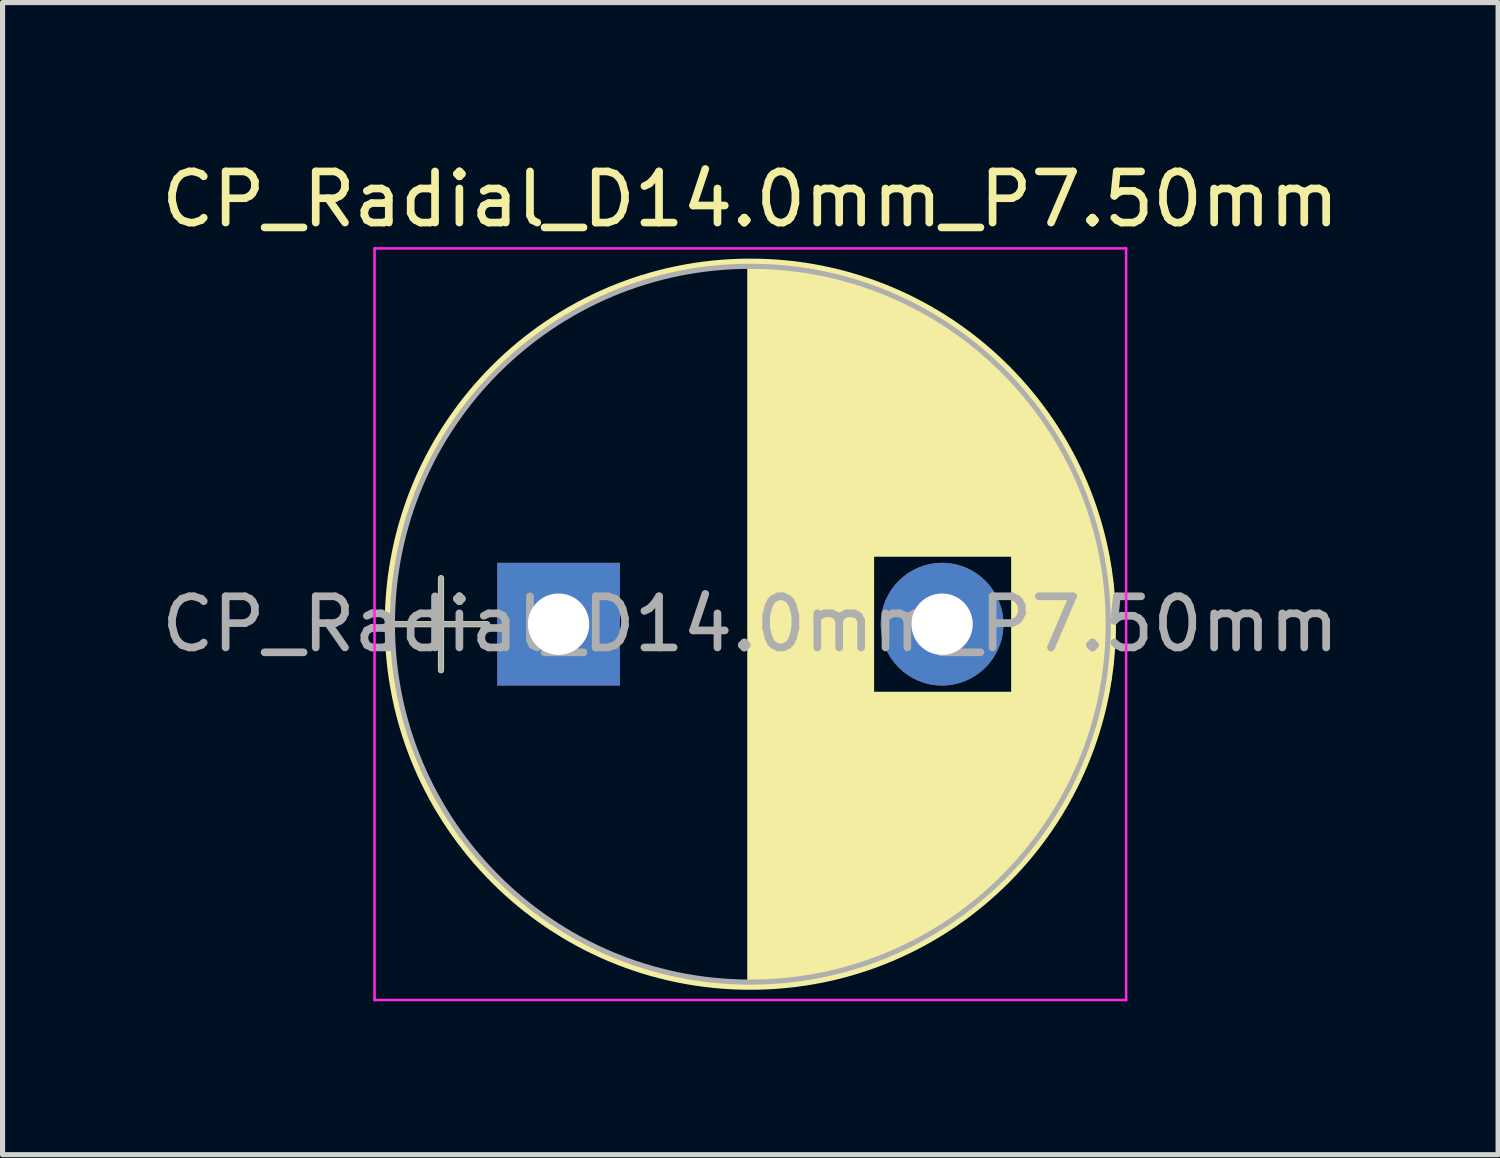
<source format=kicad_pcb>
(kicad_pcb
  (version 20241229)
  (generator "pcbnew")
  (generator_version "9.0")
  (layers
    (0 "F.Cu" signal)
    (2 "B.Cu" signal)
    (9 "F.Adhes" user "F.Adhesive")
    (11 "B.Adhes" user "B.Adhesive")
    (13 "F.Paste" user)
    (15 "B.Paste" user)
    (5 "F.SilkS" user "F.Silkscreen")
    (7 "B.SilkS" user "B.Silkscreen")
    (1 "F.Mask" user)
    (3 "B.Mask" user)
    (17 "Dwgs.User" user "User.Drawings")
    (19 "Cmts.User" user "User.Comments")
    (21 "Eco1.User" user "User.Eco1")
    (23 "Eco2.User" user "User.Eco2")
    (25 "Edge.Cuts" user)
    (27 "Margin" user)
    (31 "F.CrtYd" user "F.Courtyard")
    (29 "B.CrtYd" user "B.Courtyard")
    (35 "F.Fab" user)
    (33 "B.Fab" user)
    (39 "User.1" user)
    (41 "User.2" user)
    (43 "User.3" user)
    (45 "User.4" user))
  (footprint "CP_Radial_D14.0mm_P7.50mm"
    (layer "F.Cu")
    (at 7.875 9.158)
    (property "Reference" "CP_Radial_D14.0mm_P7.50mm" (at 3.75 -8.31 0) (layer "F.SilkS") (effects (font (size 1 1) (thickness 0.15))))
    (attr through_hole)
    (fp_line (start -3.2 0) (end -1.4 0) (stroke (width 0.12) (type solid)) (layer "F.SilkS"))
    (fp_line (start -2.3 -0.9) (end -2.3 0.9) (stroke (width 0.12) (type solid)) (layer "F.SilkS"))
    (fp_line (start 3.75 -7.05) (end 3.75 7.05) (stroke (width 0.12) (type solid)) (layer "F.SilkS"))
    (fp_line (start 3.79 -7.05) (end 3.79 7.05) (stroke (width 0.12) (type solid)) (layer "F.SilkS"))
    (fp_line (start 3.83 -7.05) (end 3.83 7.05) (stroke (width 0.12) (type solid)) (layer "F.SilkS"))
    (fp_line (start 3.87 -7.049) (end 3.87 7.049) (stroke (width 0.12) (type solid)) (layer "F.SilkS"))
    (fp_line (start 3.91 -7.049) (end 3.91 7.049) (stroke (width 0.12) (type solid)) (layer "F.SilkS"))
    (fp_line (start 3.95 -7.048) (end 3.95 7.048) (stroke (width 0.12) (type solid)) (layer "F.SilkS"))
    (fp_line (start 3.99 -7.046) (end 3.99 7.046) (stroke (width 0.12) (type solid)) (layer "F.SilkS"))
    (fp_line (start 4.03 -7.045) (end 4.03 7.045) (stroke (width 0.12) (type solid)) (layer "F.SilkS"))
    (fp_line (start 4.07 -7.043) (end 4.07 7.043) (stroke (width 0.12) (type solid)) (layer "F.SilkS"))
    (fp_line (start 4.11 -7.041) (end 4.11 7.041) (stroke (width 0.12) (type solid)) (layer "F.SilkS"))
    (fp_line (start 4.15 -7.039) (end 4.15 7.039) (stroke (width 0.12) (type solid)) (layer "F.SilkS"))
    (fp_line (start 4.19 -7.037) (end 4.19 7.037) (stroke (width 0.12) (type solid)) (layer "F.SilkS"))
    (fp_line (start 4.23 -7.034) (end 4.23 7.034) (stroke (width 0.12) (type solid)) (layer "F.SilkS"))
    (fp_line (start 4.27 -7.031) (end 4.27 7.031) (stroke (width 0.12) (type solid)) (layer "F.SilkS"))
    (fp_line (start 4.31 -7.028) (end 4.31 7.028) (stroke (width 0.12) (type solid)) (layer "F.SilkS"))
    (fp_line (start 4.35 -7.025) (end 4.35 7.025) (stroke (width 0.12) (type solid)) (layer "F.SilkS"))
    (fp_line (start 4.39 -7.022) (end 4.39 7.022) (stroke (width 0.12) (type solid)) (layer "F.SilkS"))
    (fp_line (start 4.43 -7.018) (end 4.43 7.018) (stroke (width 0.12) (type solid)) (layer "F.SilkS"))
    (fp_line (start 4.471 -7.014) (end 4.471 7.014) (stroke (width 0.12) (type solid)) (layer "F.SilkS"))
    (fp_line (start 4.511 -7.01) (end 4.511 7.01) (stroke (width 0.12) (type solid)) (layer "F.SilkS"))
    (fp_line (start 4.551 -7.005) (end 4.551 7.005) (stroke (width 0.12) (type solid)) (layer "F.SilkS"))
    (fp_line (start 4.591 -7.001) (end 4.591 7.001) (stroke (width 0.12) (type solid)) (layer "F.SilkS"))
    (fp_line (start 4.631 -6.996) (end 4.631 6.996) (stroke (width 0.12) (type solid)) (layer "F.SilkS"))
    (fp_line (start 4.671 -6.991) (end 4.671 6.991) (stroke (width 0.12) (type solid)) (layer "F.SilkS"))
    (fp_line (start 4.711 -6.985) (end 4.711 6.985) (stroke (width 0.12) (type solid)) (layer "F.SilkS"))
    (fp_line (start 4.751 -6.98) (end 4.751 6.98) (stroke (width 0.12) (type solid)) (layer "F.SilkS"))
    (fp_line (start 4.791 -6.974) (end 4.791 6.974) (stroke (width 0.12) (type solid)) (layer "F.SilkS"))
    (fp_line (start 4.831 -6.968) (end 4.831 6.968) (stroke (width 0.12) (type solid)) (layer "F.SilkS"))
    (fp_line (start 4.871 -6.961) (end 4.871 6.961) (stroke (width 0.12) (type solid)) (layer "F.SilkS"))
    (fp_line (start 4.911 -6.955) (end 4.911 6.955) (stroke (width 0.12) (type solid)) (layer "F.SilkS"))
    (fp_line (start 4.951 -6.948) (end 4.951 6.948) (stroke (width 0.12) (type solid)) (layer "F.SilkS"))
    (fp_line (start 4.991 -6.941) (end 4.991 6.941) (stroke (width 0.12) (type solid)) (layer "F.SilkS"))
    (fp_line (start 5.031 -6.934) (end 5.031 6.934) (stroke (width 0.12) (type solid)) (layer "F.SilkS"))
    (fp_line (start 5.071 -6.927) (end 5.071 6.927) (stroke (width 0.12) (type solid)) (layer "F.SilkS"))
    (fp_line (start 5.111 -6.919) (end 5.111 6.919) (stroke (width 0.12) (type solid)) (layer "F.SilkS"))
    (fp_line (start 5.151 -6.911) (end 5.151 6.911) (stroke (width 0.12) (type solid)) (layer "F.SilkS"))
    (fp_line (start 5.191 -6.903) (end 5.191 6.903) (stroke (width 0.12) (type solid)) (layer "F.SilkS"))
    (fp_line (start 5.231 -6.894) (end 5.231 6.894) (stroke (width 0.12) (type solid)) (layer "F.SilkS"))
    (fp_line (start 5.271 -6.886) (end 5.271 6.886) (stroke (width 0.12) (type solid)) (layer "F.SilkS"))
    (fp_line (start 5.311 -6.877) (end 5.311 6.877) (stroke (width 0.12) (type solid)) (layer "F.SilkS"))
    (fp_line (start 5.351 -6.868) (end 5.351 6.868) (stroke (width 0.12) (type solid)) (layer "F.SilkS"))
    (fp_line (start 5.391 -6.858) (end 5.391 6.858) (stroke (width 0.12) (type solid)) (layer "F.SilkS"))
    (fp_line (start 5.431 -6.849) (end 5.431 6.849) (stroke (width 0.12) (type solid)) (layer "F.SilkS"))
    (fp_line (start 5.471 -6.839) (end 5.471 6.839) (stroke (width 0.12) (type solid)) (layer "F.SilkS"))
    (fp_line (start 5.511 -6.829) (end 5.511 6.829) (stroke (width 0.12) (type solid)) (layer "F.SilkS"))
    (fp_line (start 5.551 -6.818) (end 5.551 6.818) (stroke (width 0.12) (type solid)) (layer "F.SilkS"))
    (fp_line (start 5.591 -6.808) (end 5.591 6.808) (stroke (width 0.12) (type solid)) (layer "F.SilkS"))
    (fp_line (start 5.631 -6.797) (end 5.631 6.797) (stroke (width 0.12) (type solid)) (layer "F.SilkS"))
    (fp_line (start 5.671 -6.786) (end 5.671 6.786) (stroke (width 0.12) (type solid)) (layer "F.SilkS"))
    (fp_line (start 5.711 -6.774) (end 5.711 6.774) (stroke (width 0.12) (type solid)) (layer "F.SilkS"))
    (fp_line (start 5.751 -6.763) (end 5.751 6.763) (stroke (width 0.12) (type solid)) (layer "F.SilkS"))
    (fp_line (start 5.791 -6.751) (end 5.791 6.751) (stroke (width 0.12) (type solid)) (layer "F.SilkS"))
    (fp_line (start 5.831 -6.739) (end 5.831 6.739) (stroke (width 0.12) (type solid)) (layer "F.SilkS"))
    (fp_line (start 5.871 -6.726) (end 5.871 6.726) (stroke (width 0.12) (type solid)) (layer "F.SilkS"))
    (fp_line (start 5.911 -6.713) (end 5.911 6.713) (stroke (width 0.12) (type solid)) (layer "F.SilkS"))
    (fp_line (start 5.951 -6.701) (end 5.951 6.701) (stroke (width 0.12) (type solid)) (layer "F.SilkS"))
    (fp_line (start 5.991 -6.687) (end 5.991 6.687) (stroke (width 0.12) (type solid)) (layer "F.SilkS"))
    (fp_line (start 6.031 -6.674) (end 6.031 6.674) (stroke (width 0.12) (type solid)) (layer "F.SilkS"))
    (fp_line (start 6.071 -6.66) (end 6.071 6.66) (stroke (width 0.12) (type solid)) (layer "F.SilkS"))
    (fp_line (start 6.111 -6.646) (end 6.111 6.646) (stroke (width 0.12) (type solid)) (layer "F.SilkS"))
    (fp_line (start 6.151 -6.632) (end 6.151 -1.38) (stroke (width 0.12) (type solid)) (layer "F.SilkS"))
    (fp_line (start 6.151 1.38) (end 6.151 6.632) (stroke (width 0.12) (type solid)) (layer "F.SilkS"))
    (fp_line (start 6.191 -6.617) (end 6.191 -1.38) (stroke (width 0.12) (type solid)) (layer "F.SilkS"))
    (fp_line (start 6.191 1.38) (end 6.191 6.617) (stroke (width 0.12) (type solid)) (layer "F.SilkS"))
    (fp_line (start 6.231 -6.603) (end 6.231 -1.38) (stroke (width 0.12) (type solid)) (layer "F.SilkS"))
    (fp_line (start 6.231 1.38) (end 6.231 6.603) (stroke (width 0.12) (type solid)) (layer "F.SilkS"))
    (fp_line (start 6.271 -6.588) (end 6.271 -1.38) (stroke (width 0.12) (type solid)) (layer "F.SilkS"))
    (fp_line (start 6.271 1.38) (end 6.271 6.588) (stroke (width 0.12) (type solid)) (layer "F.SilkS"))
    (fp_line (start 6.311 -6.572) (end 6.311 -1.38) (stroke (width 0.12) (type solid)) (layer "F.SilkS"))
    (fp_line (start 6.311 1.38) (end 6.311 6.572) (stroke (width 0.12) (type solid)) (layer "F.SilkS"))
    (fp_line (start 6.351 -6.557) (end 6.351 -1.38) (stroke (width 0.12) (type solid)) (layer "F.SilkS"))
    (fp_line (start 6.351 1.38) (end 6.351 6.557) (stroke (width 0.12) (type solid)) (layer "F.SilkS"))
    (fp_line (start 6.391 -6.541) (end 6.391 -1.38) (stroke (width 0.12) (type solid)) (layer "F.SilkS"))
    (fp_line (start 6.391 1.38) (end 6.391 6.541) (stroke (width 0.12) (type solid)) (layer "F.SilkS"))
    (fp_line (start 6.431 -6.524) (end 6.431 -1.38) (stroke (width 0.12) (type solid)) (layer "F.SilkS"))
    (fp_line (start 6.431 1.38) (end 6.431 6.524) (stroke (width 0.12) (type solid)) (layer "F.SilkS"))
    (fp_line (start 6.471 -6.508) (end 6.471 -1.38) (stroke (width 0.12) (type solid)) (layer "F.SilkS"))
    (fp_line (start 6.471 1.38) (end 6.471 6.508) (stroke (width 0.12) (type solid)) (layer "F.SilkS"))
    (fp_line (start 6.511 -6.491) (end 6.511 -1.38) (stroke (width 0.12) (type solid)) (layer "F.SilkS"))
    (fp_line (start 6.511 1.38) (end 6.511 6.491) (stroke (width 0.12) (type solid)) (layer "F.SilkS"))
    (fp_line (start 6.551 -6.474) (end 6.551 -1.38) (stroke (width 0.12) (type solid)) (layer "F.SilkS"))
    (fp_line (start 6.551 1.38) (end 6.551 6.474) (stroke (width 0.12) (type solid)) (layer "F.SilkS"))
    (fp_line (start 6.591 -6.457) (end 6.591 -1.38) (stroke (width 0.12) (type solid)) (layer "F.SilkS"))
    (fp_line (start 6.591 1.38) (end 6.591 6.457) (stroke (width 0.12) (type solid)) (layer "F.SilkS"))
    (fp_line (start 6.631 -6.439) (end 6.631 -1.38) (stroke (width 0.12) (type solid)) (layer "F.SilkS"))
    (fp_line (start 6.631 1.38) (end 6.631 6.439) (stroke (width 0.12) (type solid)) (layer "F.SilkS"))
    (fp_line (start 6.671 -6.421) (end 6.671 -1.38) (stroke (width 0.12) (type solid)) (layer "F.SilkS"))
    (fp_line (start 6.671 1.38) (end 6.671 6.421) (stroke (width 0.12) (type solid)) (layer "F.SilkS"))
    (fp_line (start 6.711 -6.403) (end 6.711 -1.38) (stroke (width 0.12) (type solid)) (layer "F.SilkS"))
    (fp_line (start 6.711 1.38) (end 6.711 6.403) (stroke (width 0.12) (type solid)) (layer "F.SilkS"))
    (fp_line (start 6.751 -6.385) (end 6.751 -1.38) (stroke (width 0.12) (type solid)) (layer "F.SilkS"))
    (fp_line (start 6.751 1.38) (end 6.751 6.385) (stroke (width 0.12) (type solid)) (layer "F.SilkS"))
    (fp_line (start 6.791 -6.366) (end 6.791 -1.38) (stroke (width 0.12) (type solid)) (layer "F.SilkS"))
    (fp_line (start 6.791 1.38) (end 6.791 6.366) (stroke (width 0.12) (type solid)) (layer "F.SilkS"))
    (fp_line (start 6.831 -6.347) (end 6.831 -1.38) (stroke (width 0.12) (type solid)) (layer "F.SilkS"))
    (fp_line (start 6.831 1.38) (end 6.831 6.347) (stroke (width 0.12) (type solid)) (layer "F.SilkS"))
    (fp_line (start 6.871 -6.327) (end 6.871 -1.38) (stroke (width 0.12) (type solid)) (layer "F.SilkS"))
    (fp_line (start 6.871 1.38) (end 6.871 6.327) (stroke (width 0.12) (type solid)) (layer "F.SilkS"))
    (fp_line (start 6.911 -6.307) (end 6.911 -1.38) (stroke (width 0.12) (type solid)) (layer "F.SilkS"))
    (fp_line (start 6.911 1.38) (end 6.911 6.307) (stroke (width 0.12) (type solid)) (layer "F.SilkS"))
    (fp_line (start 6.951 -6.287) (end 6.951 -1.38) (stroke (width 0.12) (type solid)) (layer "F.SilkS"))
    (fp_line (start 6.951 1.38) (end 6.951 6.287) (stroke (width 0.12) (type solid)) (layer "F.SilkS"))
    (fp_line (start 6.991 -6.267) (end 6.991 -1.38) (stroke (width 0.12) (type solid)) (layer "F.SilkS"))
    (fp_line (start 6.991 1.38) (end 6.991 6.267) (stroke (width 0.12) (type solid)) (layer "F.SilkS"))
    (fp_line (start 7.031 -6.246) (end 7.031 -1.38) (stroke (width 0.12) (type solid)) (layer "F.SilkS"))
    (fp_line (start 7.031 1.38) (end 7.031 6.246) (stroke (width 0.12) (type solid)) (layer "F.SilkS"))
    (fp_line (start 7.071 -6.225) (end 7.071 -1.38) (stroke (width 0.12) (type solid)) (layer "F.SilkS"))
    (fp_line (start 7.071 1.38) (end 7.071 6.225) (stroke (width 0.12) (type solid)) (layer "F.SilkS"))
    (fp_line (start 7.111 -6.204) (end 7.111 -1.38) (stroke (width 0.12) (type solid)) (layer "F.SilkS"))
    (fp_line (start 7.111 1.38) (end 7.111 6.204) (stroke (width 0.12) (type solid)) (layer "F.SilkS"))
    (fp_line (start 7.151 -6.182) (end 7.151 -1.38) (stroke (width 0.12) (type solid)) (layer "F.SilkS"))
    (fp_line (start 7.151 1.38) (end 7.151 6.182) (stroke (width 0.12) (type solid)) (layer "F.SilkS"))
    (fp_line (start 7.191 -6.16) (end 7.191 -1.38) (stroke (width 0.12) (type solid)) (layer "F.SilkS"))
    (fp_line (start 7.191 1.38) (end 7.191 6.16) (stroke (width 0.12) (type solid)) (layer "F.SilkS"))
    (fp_line (start 7.231 -6.138) (end 7.231 -1.38) (stroke (width 0.12) (type solid)) (layer "F.SilkS"))
    (fp_line (start 7.231 1.38) (end 7.231 6.138) (stroke (width 0.12) (type solid)) (layer "F.SilkS"))
    (fp_line (start 7.271 -6.115) (end 7.271 -1.38) (stroke (width 0.12) (type solid)) (layer "F.SilkS"))
    (fp_line (start 7.271 1.38) (end 7.271 6.115) (stroke (width 0.12) (type solid)) (layer "F.SilkS"))
    (fp_line (start 7.311 -6.092) (end 7.311 -1.38) (stroke (width 0.12) (type solid)) (layer "F.SilkS"))
    (fp_line (start 7.311 1.38) (end 7.311 6.092) (stroke (width 0.12) (type solid)) (layer "F.SilkS"))
    (fp_line (start 7.351 -6.069) (end 7.351 -1.38) (stroke (width 0.12) (type solid)) (layer "F.SilkS"))
    (fp_line (start 7.351 1.38) (end 7.351 6.069) (stroke (width 0.12) (type solid)) (layer "F.SilkS"))
    (fp_line (start 7.391 -6.045) (end 7.391 -1.38) (stroke (width 0.12) (type solid)) (layer "F.SilkS"))
    (fp_line (start 7.391 1.38) (end 7.391 6.045) (stroke (width 0.12) (type solid)) (layer "F.SilkS"))
    (fp_line (start 7.431 -6.021) (end 7.431 -1.38) (stroke (width 0.12) (type solid)) (layer "F.SilkS"))
    (fp_line (start 7.431 1.38) (end 7.431 6.021) (stroke (width 0.12) (type solid)) (layer "F.SilkS"))
    (fp_line (start 7.471 -5.996) (end 7.471 -1.38) (stroke (width 0.12) (type solid)) (layer "F.SilkS"))
    (fp_line (start 7.471 1.38) (end 7.471 5.996) (stroke (width 0.12) (type solid)) (layer "F.SilkS"))
    (fp_line (start 7.511 -5.971) (end 7.511 -1.38) (stroke (width 0.12) (type solid)) (layer "F.SilkS"))
    (fp_line (start 7.511 1.38) (end 7.511 5.971) (stroke (width 0.12) (type solid)) (layer "F.SilkS"))
    (fp_line (start 7.551 -5.946) (end 7.551 -1.38) (stroke (width 0.12) (type solid)) (layer "F.SilkS"))
    (fp_line (start 7.551 1.38) (end 7.551 5.946) (stroke (width 0.12) (type solid)) (layer "F.SilkS"))
    (fp_line (start 7.591 -5.921) (end 7.591 -1.38) (stroke (width 0.12) (type solid)) (layer "F.SilkS"))
    (fp_line (start 7.591 1.38) (end 7.591 5.921) (stroke (width 0.12) (type solid)) (layer "F.SilkS"))
    (fp_line (start 7.631 -5.895) (end 7.631 -1.38) (stroke (width 0.12) (type solid)) (layer "F.SilkS"))
    (fp_line (start 7.631 1.38) (end 7.631 5.895) (stroke (width 0.12) (type solid)) (layer "F.SilkS"))
    (fp_line (start 7.671 -5.868) (end 7.671 -1.38) (stroke (width 0.12) (type solid)) (layer "F.SilkS"))
    (fp_line (start 7.671 1.38) (end 7.671 5.868) (stroke (width 0.12) (type solid)) (layer "F.SilkS"))
    (fp_line (start 7.711 -5.842) (end 7.711 -1.38) (stroke (width 0.12) (type solid)) (layer "F.SilkS"))
    (fp_line (start 7.711 1.38) (end 7.711 5.842) (stroke (width 0.12) (type solid)) (layer "F.SilkS"))
    (fp_line (start 7.751 -5.814) (end 7.751 -1.38) (stroke (width 0.12) (type solid)) (layer "F.SilkS"))
    (fp_line (start 7.751 1.38) (end 7.751 5.814) (stroke (width 0.12) (type solid)) (layer "F.SilkS"))
    (fp_line (start 7.791 -5.787) (end 7.791 -1.38) (stroke (width 0.12) (type solid)) (layer "F.SilkS"))
    (fp_line (start 7.791 1.38) (end 7.791 5.787) (stroke (width 0.12) (type solid)) (layer "F.SilkS"))
    (fp_line (start 7.831 -5.759) (end 7.831 -1.38) (stroke (width 0.12) (type solid)) (layer "F.SilkS"))
    (fp_line (start 7.831 1.38) (end 7.831 5.759) (stroke (width 0.12) (type solid)) (layer "F.SilkS"))
    (fp_line (start 7.871 -5.731) (end 7.871 -1.38) (stroke (width 0.12) (type solid)) (layer "F.SilkS"))
    (fp_line (start 7.871 1.38) (end 7.871 5.731) (stroke (width 0.12) (type solid)) (layer "F.SilkS"))
    (fp_line (start 7.911 -5.702) (end 7.911 -1.38) (stroke (width 0.12) (type solid)) (layer "F.SilkS"))
    (fp_line (start 7.911 1.38) (end 7.911 5.702) (stroke (width 0.12) (type solid)) (layer "F.SilkS"))
    (fp_line (start 7.951 -5.673) (end 7.951 -1.38) (stroke (width 0.12) (type solid)) (layer "F.SilkS"))
    (fp_line (start 7.951 1.38) (end 7.951 5.673) (stroke (width 0.12) (type solid)) (layer "F.SilkS"))
    (fp_line (start 7.991 -5.643) (end 7.991 -1.38) (stroke (width 0.12) (type solid)) (layer "F.SilkS"))
    (fp_line (start 7.991 1.38) (end 7.991 5.643) (stroke (width 0.12) (type solid)) (layer "F.SilkS"))
    (fp_line (start 8.031 -5.613) (end 8.031 -1.38) (stroke (width 0.12) (type solid)) (layer "F.SilkS"))
    (fp_line (start 8.031 1.38) (end 8.031 5.613) (stroke (width 0.12) (type solid)) (layer "F.SilkS"))
    (fp_line (start 8.071 -5.582) (end 8.071 -1.38) (stroke (width 0.12) (type solid)) (layer "F.SilkS"))
    (fp_line (start 8.071 1.38) (end 8.071 5.582) (stroke (width 0.12) (type solid)) (layer "F.SilkS"))
    (fp_line (start 8.111 -5.551) (end 8.111 -1.38) (stroke (width 0.12) (type solid)) (layer "F.SilkS"))
    (fp_line (start 8.111 1.38) (end 8.111 5.551) (stroke (width 0.12) (type solid)) (layer "F.SilkS"))
    (fp_line (start 8.151 -5.52) (end 8.151 -1.38) (stroke (width 0.12) (type solid)) (layer "F.SilkS"))
    (fp_line (start 8.151 1.38) (end 8.151 5.52) (stroke (width 0.12) (type solid)) (layer "F.SilkS"))
    (fp_line (start 8.191 -5.488) (end 8.191 -1.38) (stroke (width 0.12) (type solid)) (layer "F.SilkS"))
    (fp_line (start 8.191 1.38) (end 8.191 5.488) (stroke (width 0.12) (type solid)) (layer "F.SilkS"))
    (fp_line (start 8.231 -5.456) (end 8.231 -1.38) (stroke (width 0.12) (type solid)) (layer "F.SilkS"))
    (fp_line (start 8.231 1.38) (end 8.231 5.456) (stroke (width 0.12) (type solid)) (layer "F.SilkS"))
    (fp_line (start 8.271 -5.423) (end 8.271 -1.38) (stroke (width 0.12) (type solid)) (layer "F.SilkS"))
    (fp_line (start 8.271 1.38) (end 8.271 5.423) (stroke (width 0.12) (type solid)) (layer "F.SilkS"))
    (fp_line (start 8.311 -5.39) (end 8.311 -1.38) (stroke (width 0.12) (type solid)) (layer "F.SilkS"))
    (fp_line (start 8.311 1.38) (end 8.311 5.39) (stroke (width 0.12) (type solid)) (layer "F.SilkS"))
    (fp_line (start 8.351 -5.356) (end 8.351 -1.38) (stroke (width 0.12) (type solid)) (layer "F.SilkS"))
    (fp_line (start 8.351 1.38) (end 8.351 5.356) (stroke (width 0.12) (type solid)) (layer "F.SilkS"))
    (fp_line (start 8.391 -5.321) (end 8.391 -1.38) (stroke (width 0.12) (type solid)) (layer "F.SilkS"))
    (fp_line (start 8.391 1.38) (end 8.391 5.321) (stroke (width 0.12) (type solid)) (layer "F.SilkS"))
    (fp_line (start 8.431 -5.286) (end 8.431 -1.38) (stroke (width 0.12) (type solid)) (layer "F.SilkS"))
    (fp_line (start 8.431 1.38) (end 8.431 5.286) (stroke (width 0.12) (type solid)) (layer "F.SilkS"))
    (fp_line (start 8.471 -5.251) (end 8.471 -1.38) (stroke (width 0.12) (type solid)) (layer "F.SilkS"))
    (fp_line (start 8.471 1.38) (end 8.471 5.251) (stroke (width 0.12) (type solid)) (layer "F.SilkS"))
    (fp_line (start 8.511 -5.215) (end 8.511 -1.38) (stroke (width 0.12) (type solid)) (layer "F.SilkS"))
    (fp_line (start 8.511 1.38) (end 8.511 5.215) (stroke (width 0.12) (type solid)) (layer "F.SilkS"))
    (fp_line (start 8.551 -5.179) (end 8.551 -1.38) (stroke (width 0.12) (type solid)) (layer "F.SilkS"))
    (fp_line (start 8.551 1.38) (end 8.551 5.179) (stroke (width 0.12) (type solid)) (layer "F.SilkS"))
    (fp_line (start 8.591 -5.141) (end 8.591 -1.38) (stroke (width 0.12) (type solid)) (layer "F.SilkS"))
    (fp_line (start 8.591 1.38) (end 8.591 5.141) (stroke (width 0.12) (type solid)) (layer "F.SilkS"))
    (fp_line (start 8.631 -5.104) (end 8.631 -1.38) (stroke (width 0.12) (type solid)) (layer "F.SilkS"))
    (fp_line (start 8.631 1.38) (end 8.631 5.104) (stroke (width 0.12) (type solid)) (layer "F.SilkS"))
    (fp_line (start 8.671 -5.066) (end 8.671 -1.38) (stroke (width 0.12) (type solid)) (layer "F.SilkS"))
    (fp_line (start 8.671 1.38) (end 8.671 5.066) (stroke (width 0.12) (type solid)) (layer "F.SilkS"))
    (fp_line (start 8.711 -5.027) (end 8.711 -1.38) (stroke (width 0.12) (type solid)) (layer "F.SilkS"))
    (fp_line (start 8.711 1.38) (end 8.711 5.027) (stroke (width 0.12) (type solid)) (layer "F.SilkS"))
    (fp_line (start 8.751 -4.987) (end 8.751 -1.38) (stroke (width 0.12) (type solid)) (layer "F.SilkS"))
    (fp_line (start 8.751 1.38) (end 8.751 4.987) (stroke (width 0.12) (type solid)) (layer "F.SilkS"))
    (fp_line (start 8.791 -4.947) (end 8.791 -1.38) (stroke (width 0.12) (type solid)) (layer "F.SilkS"))
    (fp_line (start 8.791 1.38) (end 8.791 4.947) (stroke (width 0.12) (type solid)) (layer "F.SilkS"))
    (fp_line (start 8.831 -4.906) (end 8.831 -1.38) (stroke (width 0.12) (type solid)) (layer "F.SilkS"))
    (fp_line (start 8.831 1.38) (end 8.831 4.906) (stroke (width 0.12) (type solid)) (layer "F.SilkS"))
    (fp_line (start 8.871 -4.865) (end 8.871 -1.38) (stroke (width 0.12) (type solid)) (layer "F.SilkS"))
    (fp_line (start 8.871 1.38) (end 8.871 4.865) (stroke (width 0.12) (type solid)) (layer "F.SilkS"))
    (fp_line (start 8.911 -4.823) (end 8.911 4.823) (stroke (width 0.12) (type solid)) (layer "F.SilkS"))
    (fp_line (start 8.951 -4.78) (end 8.951 4.78) (stroke (width 0.12) (type solid)) (layer "F.SilkS"))
    (fp_line (start 8.991 -4.737) (end 8.991 4.737) (stroke (width 0.12) (type solid)) (layer "F.SilkS"))
    (fp_line (start 9.031 -4.692) (end 9.031 4.692) (stroke (width 0.12) (type solid)) (layer "F.SilkS"))
    (fp_line (start 9.071 -4.647) (end 9.071 4.647) (stroke (width 0.12) (type solid)) (layer "F.SilkS"))
    (fp_line (start 9.111 -4.601) (end 9.111 4.601) (stroke (width 0.12) (type solid)) (layer "F.SilkS"))
    (fp_line (start 9.151 -4.555) (end 9.151 4.555) (stroke (width 0.12) (type solid)) (layer "F.SilkS"))
    (fp_line (start 9.191 -4.507) (end 9.191 4.507) (stroke (width 0.12) (type solid)) (layer "F.SilkS"))
    (fp_line (start 9.231 -4.459) (end 9.231 4.459) (stroke (width 0.12) (type solid)) (layer "F.SilkS"))
    (fp_line (start 9.271 -4.41) (end 9.271 4.41) (stroke (width 0.12) (type solid)) (layer "F.SilkS"))
    (fp_line (start 9.311 -4.36) (end 9.311 4.36) (stroke (width 0.12) (type solid)) (layer "F.SilkS"))
    (fp_line (start 9.351 -4.309) (end 9.351 4.309) (stroke (width 0.12) (type solid)) (layer "F.SilkS"))
    (fp_line (start 9.391 -4.257) (end 9.391 4.257) (stroke (width 0.12) (type solid)) (layer "F.SilkS"))
    (fp_line (start 9.431 -4.204) (end 9.431 4.204) (stroke (width 0.12) (type solid)) (layer "F.SilkS"))
    (fp_line (start 9.471 -4.15) (end 9.471 4.15) (stroke (width 0.12) (type solid)) (layer "F.SilkS"))
    (fp_line (start 9.511 -4.095) (end 9.511 4.095) (stroke (width 0.12) (type solid)) (layer "F.SilkS"))
    (fp_line (start 9.551 -4.038) (end 9.551 4.038) (stroke (width 0.12) (type solid)) (layer "F.SilkS"))
    (fp_line (start 9.591 -3.981) (end 9.591 3.981) (stroke (width 0.12) (type solid)) (layer "F.SilkS"))
    (fp_line (start 9.631 -3.922) (end 9.631 3.922) (stroke (width 0.12) (type solid)) (layer "F.SilkS"))
    (fp_line (start 9.671 -3.862) (end 9.671 3.862) (stroke (width 0.12) (type solid)) (layer "F.SilkS"))
    (fp_line (start 9.711 -3.801) (end 9.711 3.801) (stroke (width 0.12) (type solid)) (layer "F.SilkS"))
    (fp_line (start 9.751 -3.738) (end 9.751 3.738) (stroke (width 0.12) (type solid)) (layer "F.SilkS"))
    (fp_line (start 9.791 -3.674) (end 9.791 3.674) (stroke (width 0.12) (type solid)) (layer "F.SilkS"))
    (fp_line (start 9.831 -3.608) (end 9.831 3.608) (stroke (width 0.12) (type solid)) (layer "F.SilkS"))
    (fp_line (start 9.871 -3.54) (end 9.871 3.54) (stroke (width 0.12) (type solid)) (layer "F.SilkS"))
    (fp_line (start 9.911 -3.471) (end 9.911 3.471) (stroke (width 0.12) (type solid)) (layer "F.SilkS"))
    (fp_line (start 9.951 -3.4) (end 9.951 3.4) (stroke (width 0.12) (type solid)) (layer "F.SilkS"))
    (fp_line (start 9.991 -3.327) (end 9.991 3.327) (stroke (width 0.12) (type solid)) (layer "F.SilkS"))
    (fp_line (start 10.031 -3.251) (end 10.031 3.251) (stroke (width 0.12) (type solid)) (layer "F.SilkS"))
    (fp_line (start 10.071 -3.174) (end 10.071 3.174) (stroke (width 0.12) (type solid)) (layer "F.SilkS"))
    (fp_line (start 10.111 -3.094) (end 10.111 3.094) (stroke (width 0.12) (type solid)) (layer "F.SilkS"))
    (fp_line (start 10.151 -3.011) (end 10.151 3.011) (stroke (width 0.12) (type solid)) (layer "F.SilkS"))
    (fp_line (start 10.191 -2.926) (end 10.191 2.926) (stroke (width 0.12) (type solid)) (layer "F.SilkS"))
    (fp_line (start 10.231 -2.838) (end 10.231 2.838) (stroke (width 0.12) (type solid)) (layer "F.SilkS"))
    (fp_line (start 10.271 -2.746) (end 10.271 2.746) (stroke (width 0.12) (type solid)) (layer "F.SilkS"))
    (fp_line (start 10.311 -2.65) (end 10.311 2.65) (stroke (width 0.12) (type solid)) (layer "F.SilkS"))
    (fp_line (start 10.351 -2.55) (end 10.351 2.55) (stroke (width 0.12) (type solid)) (layer "F.SilkS"))
    (fp_line (start 10.391 -2.446) (end 10.391 2.446) (stroke (width 0.12) (type solid)) (layer "F.SilkS"))
    (fp_line (start 10.431 -2.337) (end 10.431 2.337) (stroke (width 0.12) (type solid)) (layer "F.SilkS"))
    (fp_line (start 10.471 -2.221) (end 10.471 2.221) (stroke (width 0.12) (type solid)) (layer "F.SilkS"))
    (fp_line (start 10.511 -2.098) (end 10.511 2.098) (stroke (width 0.12) (type solid)) (layer "F.SilkS"))
    (fp_line (start 10.551 -1.968) (end 10.551 1.968) (stroke (width 0.12) (type solid)) (layer "F.SilkS"))
    (fp_line (start 10.591 -1.827) (end 10.591 1.827) (stroke (width 0.12) (type solid)) (layer "F.SilkS"))
    (fp_line (start 10.631 -1.673) (end 10.631 1.673) (stroke (width 0.12) (type solid)) (layer "F.SilkS"))
    (fp_line (start 10.671 -1.504) (end 10.671 1.504) (stroke (width 0.12) (type solid)) (layer "F.SilkS"))
    (fp_line (start 10.711 -1.312) (end 10.711 1.312) (stroke (width 0.12) (type solid)) (layer "F.SilkS"))
    (fp_line (start 10.751 -1.087) (end 10.751 1.087) (stroke (width 0.12) (type solid)) (layer "F.SilkS"))
    (fp_line (start 10.791 -0.801) (end 10.791 0.801) (stroke (width 0.12) (type solid)) (layer "F.SilkS"))
    (fp_line (start 10.831 -0.337) (end 10.831 0.337) (stroke (width 0.12) (type solid)) (layer "F.SilkS"))
    (fp_circle (center 3.75 0) (end 10.84 0) (stroke (width 0.12) (type solid)) (fill no) (layer "F.SilkS"))
    (fp_line (start -3.6 -7.35) (end -3.6 7.35) (stroke (width 0.05) (type solid)) (layer "F.CrtYd"))
    (fp_line (start -3.6 7.35) (end 11.1 7.35) (stroke (width 0.05) (type solid)) (layer "F.CrtYd"))
    (fp_line (start 11.1 -7.35) (end -3.6 -7.35) (stroke (width 0.05) (type solid)) (layer "F.CrtYd"))
    (fp_line (start 11.1 7.35) (end 11.1 -7.35) (stroke (width 0.05) (type solid)) (layer "F.CrtYd"))
    (fp_line (start -3.2 0) (end -1.4 0) (stroke (width 0.1) (type solid)) (layer "F.Fab"))
    (fp_line (start -2.3 -0.9) (end -2.3 0.9) (stroke (width 0.1) (type solid)) (layer "F.Fab"))
    (fp_circle (center 3.75 0) (end 10.75 0) (stroke (width 0.1) (type solid)) (fill no) (layer "F.Fab"))
    (fp_text user "${REFERENCE}" (at 3.75 0 0) (layer "F.Fab") (effects (font (size 1 1) (thickness 0.15))))
    (pad "1" thru_hole rect (at 0 0) (size 2.4 2.4) (drill 1.2) (layers "*.Cu" "*.Mask"))
    (pad "2" thru_hole circle (at 7.5 0) (size 2.4 2.4) (drill 1.2) (layers "*.Cu" "*.Mask")))
  (gr_rect
    (start -3 -3)
    (end 26.25 19.533)
    (stroke (width 0.1) (type default))
    (fill no)
    (layer "Edge.Cuts")))
</source>
